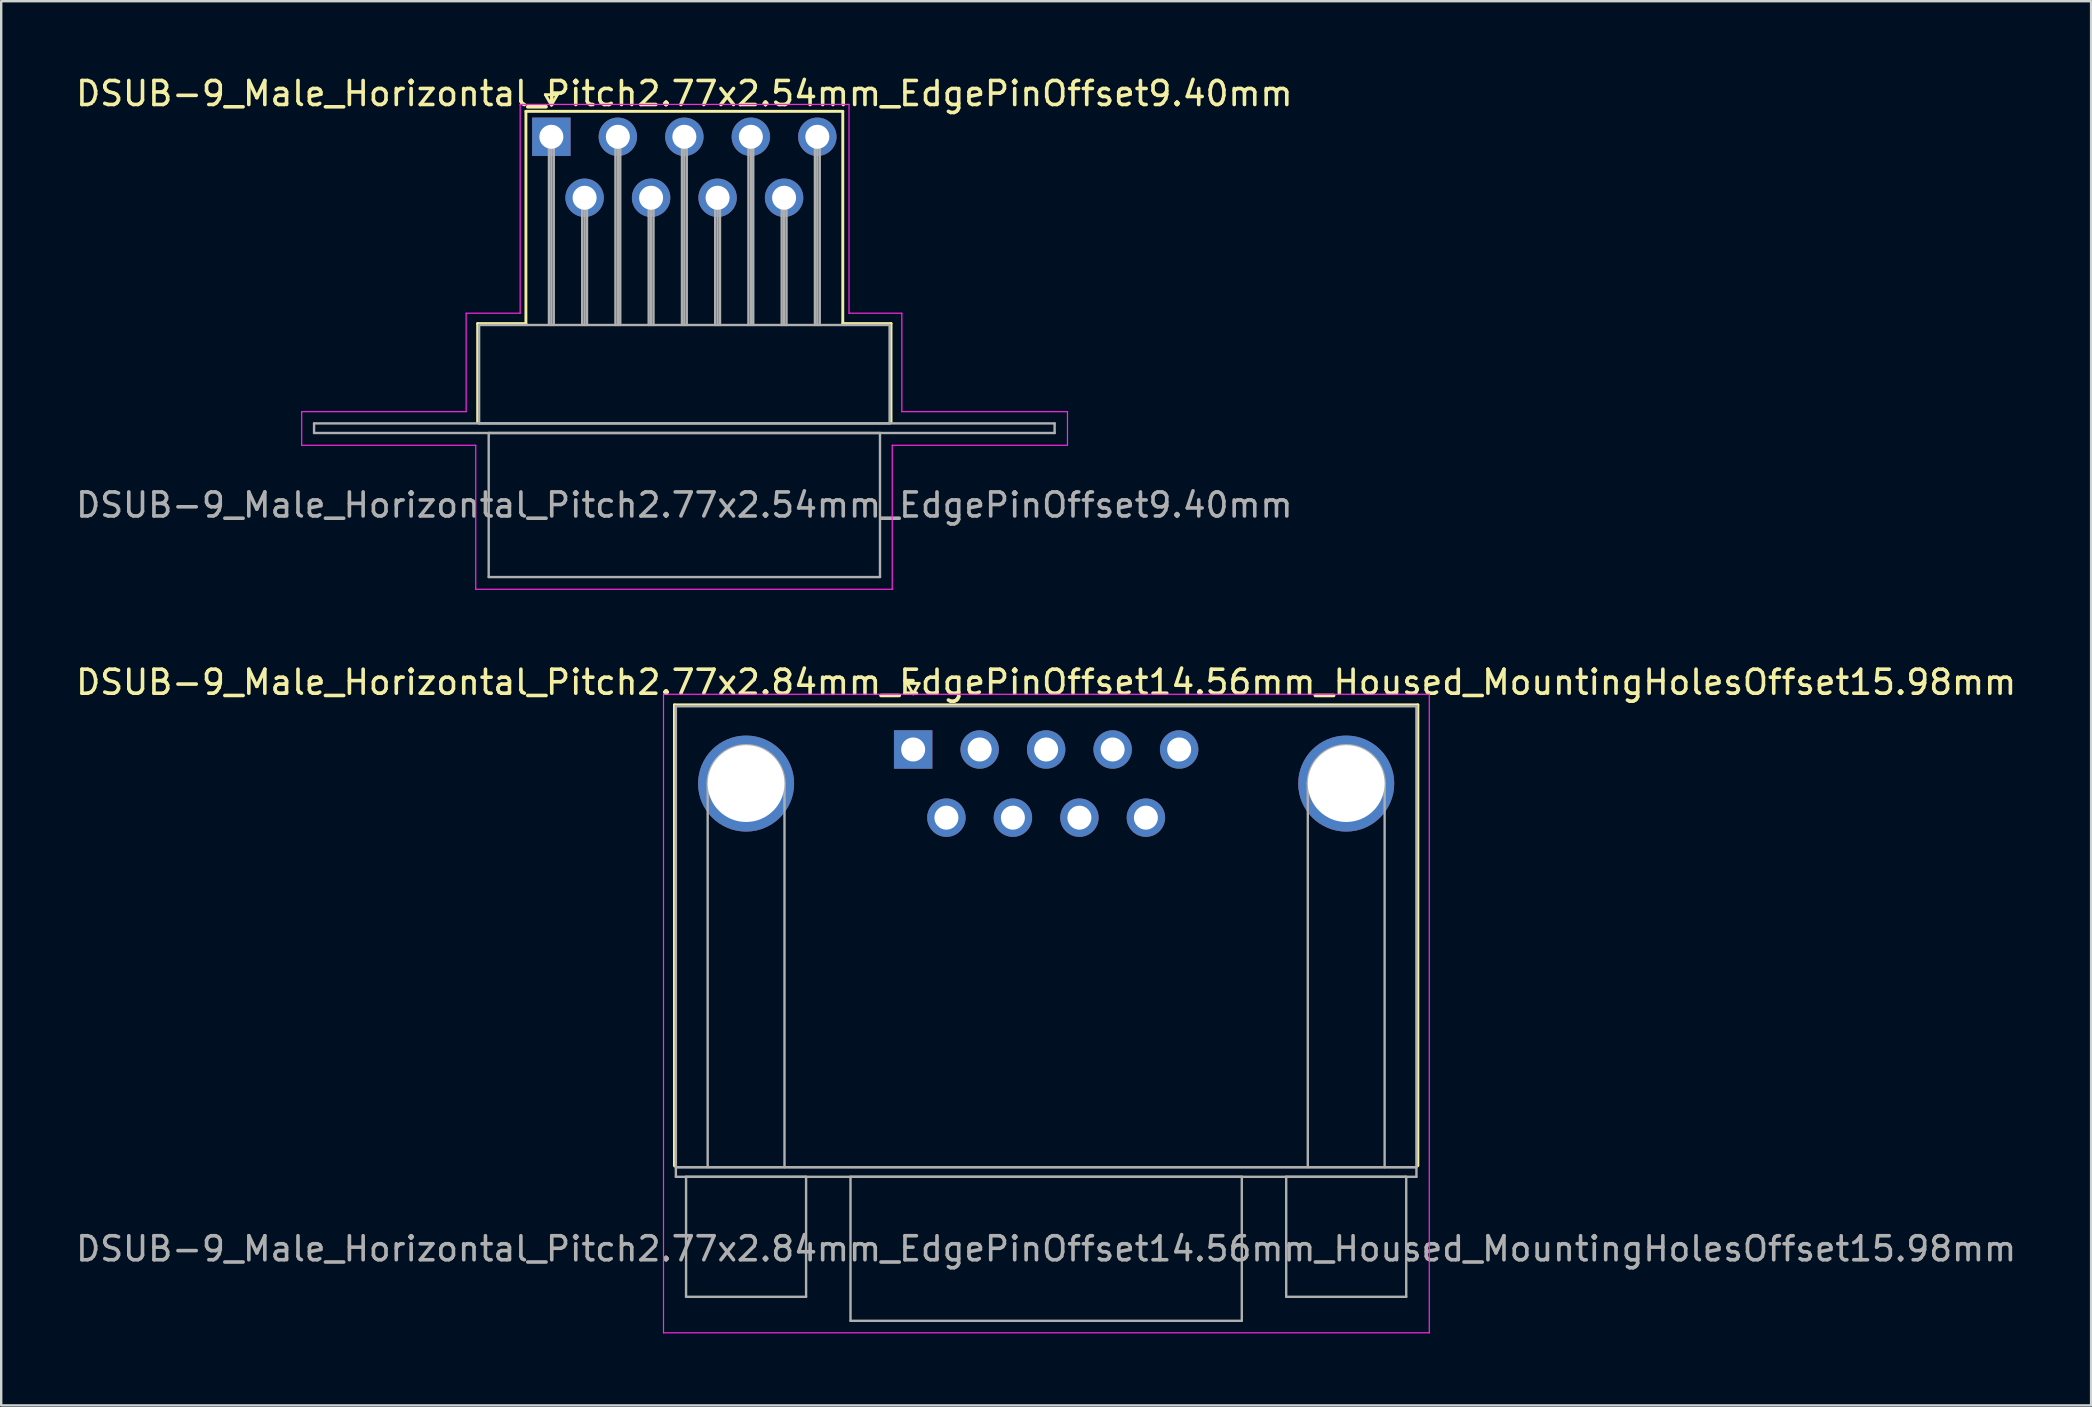
<source format=kicad_pcb>
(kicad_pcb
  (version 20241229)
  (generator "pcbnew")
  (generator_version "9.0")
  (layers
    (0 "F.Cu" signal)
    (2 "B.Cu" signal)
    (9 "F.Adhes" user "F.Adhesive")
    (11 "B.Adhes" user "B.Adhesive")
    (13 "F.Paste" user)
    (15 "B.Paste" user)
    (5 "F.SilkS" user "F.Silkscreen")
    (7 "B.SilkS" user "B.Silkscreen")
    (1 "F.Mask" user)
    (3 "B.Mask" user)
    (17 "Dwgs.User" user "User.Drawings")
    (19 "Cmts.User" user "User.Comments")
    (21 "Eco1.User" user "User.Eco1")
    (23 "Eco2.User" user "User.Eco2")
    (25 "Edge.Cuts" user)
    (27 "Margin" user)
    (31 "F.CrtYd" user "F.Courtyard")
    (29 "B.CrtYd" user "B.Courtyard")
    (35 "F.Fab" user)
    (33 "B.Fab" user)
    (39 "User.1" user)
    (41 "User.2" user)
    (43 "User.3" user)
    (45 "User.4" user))
  (footprint "DSUB-9_Male_Horizontal_Pitch2.77x2.54mm_EdgePinOffset9.40mm"
    (layer "F.Cu")
    (at 19.918 2.648)
    (property "Reference" "DSUB-9_Male_Horizontal_Pitch2.77x2.54mm_EdgePinOffset9.40mm" (at 5.54 -1.8 0) (layer "F.SilkS") (effects (font (size 1 1) (thickness 0.15))))
    (attr through_hole)
    (fp_line (start -3.07 7.78) (end -1.06 7.78) (stroke (width 0.12) (type solid)) (layer "F.SilkS"))
    (fp_line (start -3.07 11.88) (end -3.07 7.78) (stroke (width 0.12) (type solid)) (layer "F.SilkS"))
    (fp_line (start -1.06 -1.06) (end 12.14 -1.06) (stroke (width 0.12) (type solid)) (layer "F.SilkS"))
    (fp_line (start -1.06 7.78) (end -1.06 -1.06) (stroke (width 0.12) (type solid)) (layer "F.SilkS"))
    (fp_line (start -0.25 -1.754) (end 0.25 -1.754) (stroke (width 0.12) (type solid)) (layer "F.SilkS"))
    (fp_line (start 0 -1.321) (end -0.25 -1.754) (stroke (width 0.12) (type solid)) (layer "F.SilkS"))
    (fp_line (start 0.25 -1.754) (end 0 -1.321) (stroke (width 0.12) (type solid)) (layer "F.SilkS"))
    (fp_line (start 12.14 -1.06) (end 12.14 7.78) (stroke (width 0.12) (type solid)) (layer "F.SilkS"))
    (fp_line (start 12.14 7.78) (end 14.15 7.78) (stroke (width 0.12) (type solid)) (layer "F.SilkS"))
    (fp_line (start 14.15 7.78) (end 14.15 11.88) (stroke (width 0.12) (type solid)) (layer "F.SilkS"))
    (fp_line (start -10.4 11.45) (end -3.55 11.45) (stroke (width 0.05) (type solid)) (layer "F.CrtYd"))
    (fp_line (start -10.4 12.85) (end -10.4 11.45) (stroke (width 0.05) (type solid)) (layer "F.CrtYd"))
    (fp_line (start -3.55 7.35) (end -1.3 7.35) (stroke (width 0.05) (type solid)) (layer "F.CrtYd"))
    (fp_line (start -3.55 11.45) (end -3.55 7.35) (stroke (width 0.05) (type solid)) (layer "F.CrtYd"))
    (fp_line (start -3.15 12.85) (end -10.4 12.85) (stroke (width 0.05) (type solid)) (layer "F.CrtYd"))
    (fp_line (start -3.15 18.85) (end -3.15 12.85) (stroke (width 0.05) (type solid)) (layer "F.CrtYd"))
    (fp_line (start -1.3 -1.35) (end 12.4 -1.35) (stroke (width 0.05) (type solid)) (layer "F.CrtYd"))
    (fp_line (start -1.3 7.35) (end -1.3 -1.35) (stroke (width 0.05) (type solid)) (layer "F.CrtYd"))
    (fp_line (start 12.4 -1.35) (end 12.4 7.35) (stroke (width 0.05) (type solid)) (layer "F.CrtYd"))
    (fp_line (start 12.4 7.35) (end 14.6 7.35) (stroke (width 0.05) (type solid)) (layer "F.CrtYd"))
    (fp_line (start 14.2 12.85) (end 14.2 18.85) (stroke (width 0.05) (type solid)) (layer "F.CrtYd"))
    (fp_line (start 14.2 18.85) (end -3.15 18.85) (stroke (width 0.05) (type solid)) (layer "F.CrtYd"))
    (fp_line (start 14.6 7.35) (end 14.6 11.45) (stroke (width 0.05) (type solid)) (layer "F.CrtYd"))
    (fp_line (start 14.6 11.45) (end 21.5 11.45) (stroke (width 0.05) (type solid)) (layer "F.CrtYd"))
    (fp_line (start 21.5 11.45) (end 21.5 12.85) (stroke (width 0.05) (type solid)) (layer "F.CrtYd"))
    (fp_line (start 21.5 12.85) (end 14.2 12.85) (stroke (width 0.05) (type solid)) (layer "F.CrtYd"))
    (fp_line (start -9.885 11.94) (end -9.885 12.34) (stroke (width 0.1) (type solid)) (layer "F.Fab"))
    (fp_line (start -9.885 12.34) (end 20.965 12.34) (stroke (width 0.1) (type solid)) (layer "F.Fab"))
    (fp_line (start -3.01 7.84) (end -3.01 11.94) (stroke (width 0.1) (type solid)) (layer "F.Fab"))
    (fp_line (start -3.01 11.94) (end 14.09 11.94) (stroke (width 0.1) (type solid)) (layer "F.Fab"))
    (fp_line (start -2.61 12.34) (end -2.61 18.34) (stroke (width 0.1) (type solid)) (layer "F.Fab"))
    (fp_line (start -2.61 18.34) (end 13.69 18.34) (stroke (width 0.1) (type solid)) (layer "F.Fab"))
    (fp_line (start -0.1 0) (end -0.1 7.84) (stroke (width 0.1) (type solid)) (layer "F.Fab"))
    (fp_line (start 0 0) (end 0 7.84) (stroke (width 0.1) (type solid)) (layer "F.Fab"))
    (fp_line (start 0.1 0) (end 0.1 7.84) (stroke (width 0.1) (type solid)) (layer "F.Fab"))
    (fp_line (start 1.285 2.54) (end 1.285 7.84) (stroke (width 0.1) (type solid)) (layer "F.Fab"))
    (fp_line (start 1.385 2.54) (end 1.385 7.84) (stroke (width 0.1) (type solid)) (layer "F.Fab"))
    (fp_line (start 1.485 2.54) (end 1.485 7.84) (stroke (width 0.1) (type solid)) (layer "F.Fab"))
    (fp_line (start 2.67 0) (end 2.67 7.84) (stroke (width 0.1) (type solid)) (layer "F.Fab"))
    (fp_line (start 2.77 0) (end 2.77 7.84) (stroke (width 0.1) (type solid)) (layer "F.Fab"))
    (fp_line (start 2.87 0) (end 2.87 7.84) (stroke (width 0.1) (type solid)) (layer "F.Fab"))
    (fp_line (start 4.055 2.54) (end 4.055 7.84) (stroke (width 0.1) (type solid)) (layer "F.Fab"))
    (fp_line (start 4.155 2.54) (end 4.155 7.84) (stroke (width 0.1) (type solid)) (layer "F.Fab"))
    (fp_line (start 4.255 2.54) (end 4.255 7.84) (stroke (width 0.1) (type solid)) (layer "F.Fab"))
    (fp_line (start 5.44 0) (end 5.44 7.84) (stroke (width 0.1) (type solid)) (layer "F.Fab"))
    (fp_line (start 5.54 0) (end 5.54 7.84) (stroke (width 0.1) (type solid)) (layer "F.Fab"))
    (fp_line (start 5.64 0) (end 5.64 7.84) (stroke (width 0.1) (type solid)) (layer "F.Fab"))
    (fp_line (start 6.825 2.54) (end 6.825 7.84) (stroke (width 0.1) (type solid)) (layer "F.Fab"))
    (fp_line (start 6.925 2.54) (end 6.925 7.84) (stroke (width 0.1) (type solid)) (layer "F.Fab"))
    (fp_line (start 7.025 2.54) (end 7.025 7.84) (stroke (width 0.1) (type solid)) (layer "F.Fab"))
    (fp_line (start 8.21 0) (end 8.21 7.84) (stroke (width 0.1) (type solid)) (layer "F.Fab"))
    (fp_line (start 8.31 0) (end 8.31 7.84) (stroke (width 0.1) (type solid)) (layer "F.Fab"))
    (fp_line (start 8.41 0) (end 8.41 7.84) (stroke (width 0.1) (type solid)) (layer "F.Fab"))
    (fp_line (start 9.595 2.54) (end 9.595 7.84) (stroke (width 0.1) (type solid)) (layer "F.Fab"))
    (fp_line (start 9.695 2.54) (end 9.695 7.84) (stroke (width 0.1) (type solid)) (layer "F.Fab"))
    (fp_line (start 9.795 2.54) (end 9.795 7.84) (stroke (width 0.1) (type solid)) (layer "F.Fab"))
    (fp_line (start 10.98 0) (end 10.98 7.84) (stroke (width 0.1) (type solid)) (layer "F.Fab"))
    (fp_line (start 11.08 0) (end 11.08 7.84) (stroke (width 0.1) (type solid)) (layer "F.Fab"))
    (fp_line (start 11.18 0) (end 11.18 7.84) (stroke (width 0.1) (type solid)) (layer "F.Fab"))
    (fp_line (start 13.69 12.34) (end -2.61 12.34) (stroke (width 0.1) (type solid)) (layer "F.Fab"))
    (fp_line (start 13.69 18.34) (end 13.69 12.34) (stroke (width 0.1) (type solid)) (layer "F.Fab"))
    (fp_line (start 14.09 7.84) (end -3.01 7.84) (stroke (width 0.1) (type solid)) (layer "F.Fab"))
    (fp_line (start 14.09 11.94) (end 14.09 7.84) (stroke (width 0.1) (type solid)) (layer "F.Fab"))
    (fp_line (start 20.965 11.94) (end -9.885 11.94) (stroke (width 0.1) (type solid)) (layer "F.Fab"))
    (fp_line (start 20.965 12.34) (end 20.965 11.94) (stroke (width 0.1) (type solid)) (layer "F.Fab"))
    (fp_text user "${REFERENCE}" (at 5.54 15.34 0) (layer "F.Fab") (effects (font (size 1 1) (thickness 0.15))))
    (pad "1" thru_hole rect (at 0 0) (size 1.6 1.6) (drill 1) (layers "*.Cu" "*.Mask"))
    (pad "2" thru_hole circle (at 2.77 0) (size 1.6 1.6) (drill 1) (layers "*.Cu" "*.Mask"))
    (pad "3" thru_hole circle (at 5.54 0) (size 1.6 1.6) (drill 1) (layers "*.Cu" "*.Mask"))
    (pad "4" thru_hole circle (at 8.31 0) (size 1.6 1.6) (drill 1) (layers "*.Cu" "*.Mask"))
    (pad "5" thru_hole circle (at 11.08 0) (size 1.6 1.6) (drill 1) (layers "*.Cu" "*.Mask"))
    (pad "6" thru_hole circle (at 1.385 2.54) (size 1.6 1.6) (drill 1) (layers "*.Cu" "*.Mask"))
    (pad "7" thru_hole circle (at 4.155 2.54) (size 1.6 1.6) (drill 1) (layers "*.Cu" "*.Mask"))
    (pad "8" thru_hole circle (at 6.925 2.54) (size 1.6 1.6) (drill 1) (layers "*.Cu" "*.Mask"))
    (pad "9" thru_hole circle (at 9.695 2.54) (size 1.6 1.6) (drill 1) (layers "*.Cu" "*.Mask")))
  (footprint "DSUB-9_Male_Horizontal_Pitch2.77x2.84mm_EdgePinOffset14.56mm_Housed_MountingHolesOffset15.98mm"
    (layer "F.Cu")
    (at 34.99 28.172)
    (property "Reference" "DSUB-9_Male_Horizontal_Pitch2.77x2.84mm_EdgePinOffset14.56mm_Housed_MountingHolesOffset15.98mm" (at 5.54 -2.8 0) (layer "F.SilkS") (effects (font (size 1 1) (thickness 0.15))))
    (attr through_hole)
    (fp_line (start -9.945 -1.86) (end 21.025 -1.86) (stroke (width 0.12) (type solid)) (layer "F.SilkS"))
    (fp_line (start -9.945 17.34) (end -9.945 -1.86) (stroke (width 0.12) (type solid)) (layer "F.SilkS"))
    (fp_line (start -0.25 -2.754) (end 0.25 -2.754) (stroke (width 0.12) (type solid)) (layer "F.SilkS"))
    (fp_line (start 0 -2.321) (end -0.25 -2.754) (stroke (width 0.12) (type solid)) (layer "F.SilkS"))
    (fp_line (start 0.25 -2.754) (end 0 -2.321) (stroke (width 0.12) (type solid)) (layer "F.SilkS"))
    (fp_line (start 21.025 -1.86) (end 21.025 17.34) (stroke (width 0.12) (type solid)) (layer "F.SilkS"))
    (fp_line (start -10.4 -2.3) (end -10.4 24.3) (stroke (width 0.05) (type solid)) (layer "F.CrtYd"))
    (fp_line (start -10.4 24.3) (end 21.5 24.3) (stroke (width 0.05) (type solid)) (layer "F.CrtYd"))
    (fp_line (start 21.5 -2.3) (end -10.4 -2.3) (stroke (width 0.05) (type solid)) (layer "F.CrtYd"))
    (fp_line (start 21.5 24.3) (end 21.5 -2.3) (stroke (width 0.05) (type solid)) (layer "F.CrtYd"))
    (fp_line (start -9.885 -1.8) (end -9.885 17.4) (stroke (width 0.1) (type solid)) (layer "F.Fab"))
    (fp_line (start -9.885 17.4) (end -9.885 17.8) (stroke (width 0.1) (type solid)) (layer "F.Fab"))
    (fp_line (start -9.885 17.4) (end 20.965 17.4) (stroke (width 0.1) (type solid)) (layer "F.Fab"))
    (fp_line (start -9.885 17.8) (end 20.965 17.8) (stroke (width 0.1) (type solid)) (layer "F.Fab"))
    (fp_line (start -9.46 17.8) (end -9.46 22.8) (stroke (width 0.1) (type solid)) (layer "F.Fab"))
    (fp_line (start -9.46 22.8) (end -4.46 22.8) (stroke (width 0.1) (type solid)) (layer "F.Fab"))
    (fp_line (start -8.56 17.4) (end -8.56 1.42) (stroke (width 0.1) (type solid)) (layer "F.Fab"))
    (fp_line (start -5.36 17.4) (end -5.36 1.42) (stroke (width 0.1) (type solid)) (layer "F.Fab"))
    (fp_line (start -4.46 17.8) (end -9.46 17.8) (stroke (width 0.1) (type solid)) (layer "F.Fab"))
    (fp_line (start -4.46 22.8) (end -4.46 17.8) (stroke (width 0.1) (type solid)) (layer "F.Fab"))
    (fp_line (start -2.61 17.8) (end -2.61 23.8) (stroke (width 0.1) (type solid)) (layer "F.Fab"))
    (fp_line (start -2.61 23.8) (end 13.69 23.8) (stroke (width 0.1) (type solid)) (layer "F.Fab"))
    (fp_line (start 13.69 17.8) (end -2.61 17.8) (stroke (width 0.1) (type solid)) (layer "F.Fab"))
    (fp_line (start 13.69 23.8) (end 13.69 17.8) (stroke (width 0.1) (type solid)) (layer "F.Fab"))
    (fp_line (start 15.54 17.8) (end 15.54 22.8) (stroke (width 0.1) (type solid)) (layer "F.Fab"))
    (fp_line (start 15.54 22.8) (end 20.54 22.8) (stroke (width 0.1) (type solid)) (layer "F.Fab"))
    (fp_line (start 16.44 17.4) (end 16.44 1.42) (stroke (width 0.1) (type solid)) (layer "F.Fab"))
    (fp_line (start 19.64 17.4) (end 19.64 1.42) (stroke (width 0.1) (type solid)) (layer "F.Fab"))
    (fp_line (start 20.54 17.8) (end 15.54 17.8) (stroke (width 0.1) (type solid)) (layer "F.Fab"))
    (fp_line (start 20.54 22.8) (end 20.54 17.8) (stroke (width 0.1) (type solid)) (layer "F.Fab"))
    (fp_line (start 20.965 -1.8) (end -9.885 -1.8) (stroke (width 0.1) (type solid)) (layer "F.Fab"))
    (fp_line (start 20.965 17.4) (end -9.885 17.4) (stroke (width 0.1) (type solid)) (layer "F.Fab"))
    (fp_line (start 20.965 17.4) (end 20.965 -1.8) (stroke (width 0.1) (type solid)) (layer "F.Fab"))
    (fp_line (start 20.965 17.8) (end 20.965 17.4) (stroke (width 0.1) (type solid)) (layer "F.Fab"))
    (fp_arc (start -8.56 1.42) (mid -6.96 -0.18) (end -5.36 1.42) (stroke (width 0.1) (type solid)) (layer "F.Fab"))
    (fp_arc (start 16.44 1.42) (mid 18.04 -0.18) (end 19.64 1.42) (stroke (width 0.1) (type solid)) (layer "F.Fab"))
    (fp_text user "${REFERENCE}" (at 5.54 20.8 0) (layer "F.Fab") (effects (font (size 1 1) (thickness 0.15))))
    (pad "0" thru_hole circle (at -6.96 1.42) (size 4 4) (drill 3.2) (layers "*.Cu" "*.Mask"))
    (pad "0" thru_hole circle (at 18.04 1.42) (size 4 4) (drill 3.2) (layers "*.Cu" "*.Mask"))
    (pad "1" thru_hole rect (at 0 0) (size 1.6 1.6) (drill 1) (layers "*.Cu" "*.Mask"))
    (pad "2" thru_hole circle (at 2.77 0) (size 1.6 1.6) (drill 1) (layers "*.Cu" "*.Mask"))
    (pad "3" thru_hole circle (at 5.54 0) (size 1.6 1.6) (drill 1) (layers "*.Cu" "*.Mask"))
    (pad "4" thru_hole circle (at 8.31 0) (size 1.6 1.6) (drill 1) (layers "*.Cu" "*.Mask"))
    (pad "5" thru_hole circle (at 11.08 0) (size 1.6 1.6) (drill 1) (layers "*.Cu" "*.Mask"))
    (pad "6" thru_hole circle (at 1.385 2.84) (size 1.6 1.6) (drill 1) (layers "*.Cu" "*.Mask"))
    (pad "7" thru_hole circle (at 4.155 2.84) (size 1.6 1.6) (drill 1) (layers "*.Cu" "*.Mask"))
    (pad "8" thru_hole circle (at 6.925 2.84) (size 1.6 1.6) (drill 1) (layers "*.Cu" "*.Mask"))
    (pad "9" thru_hole circle (at 9.695 2.84) (size 1.6 1.6) (drill 1) (layers "*.Cu" "*.Mask")))
  (gr_rect
    (start -3 -3)
    (end 84.06 55.496)
    (stroke (width 0.1) (type default))
    (fill no)
    (layer "Edge.Cuts")))
</source>
